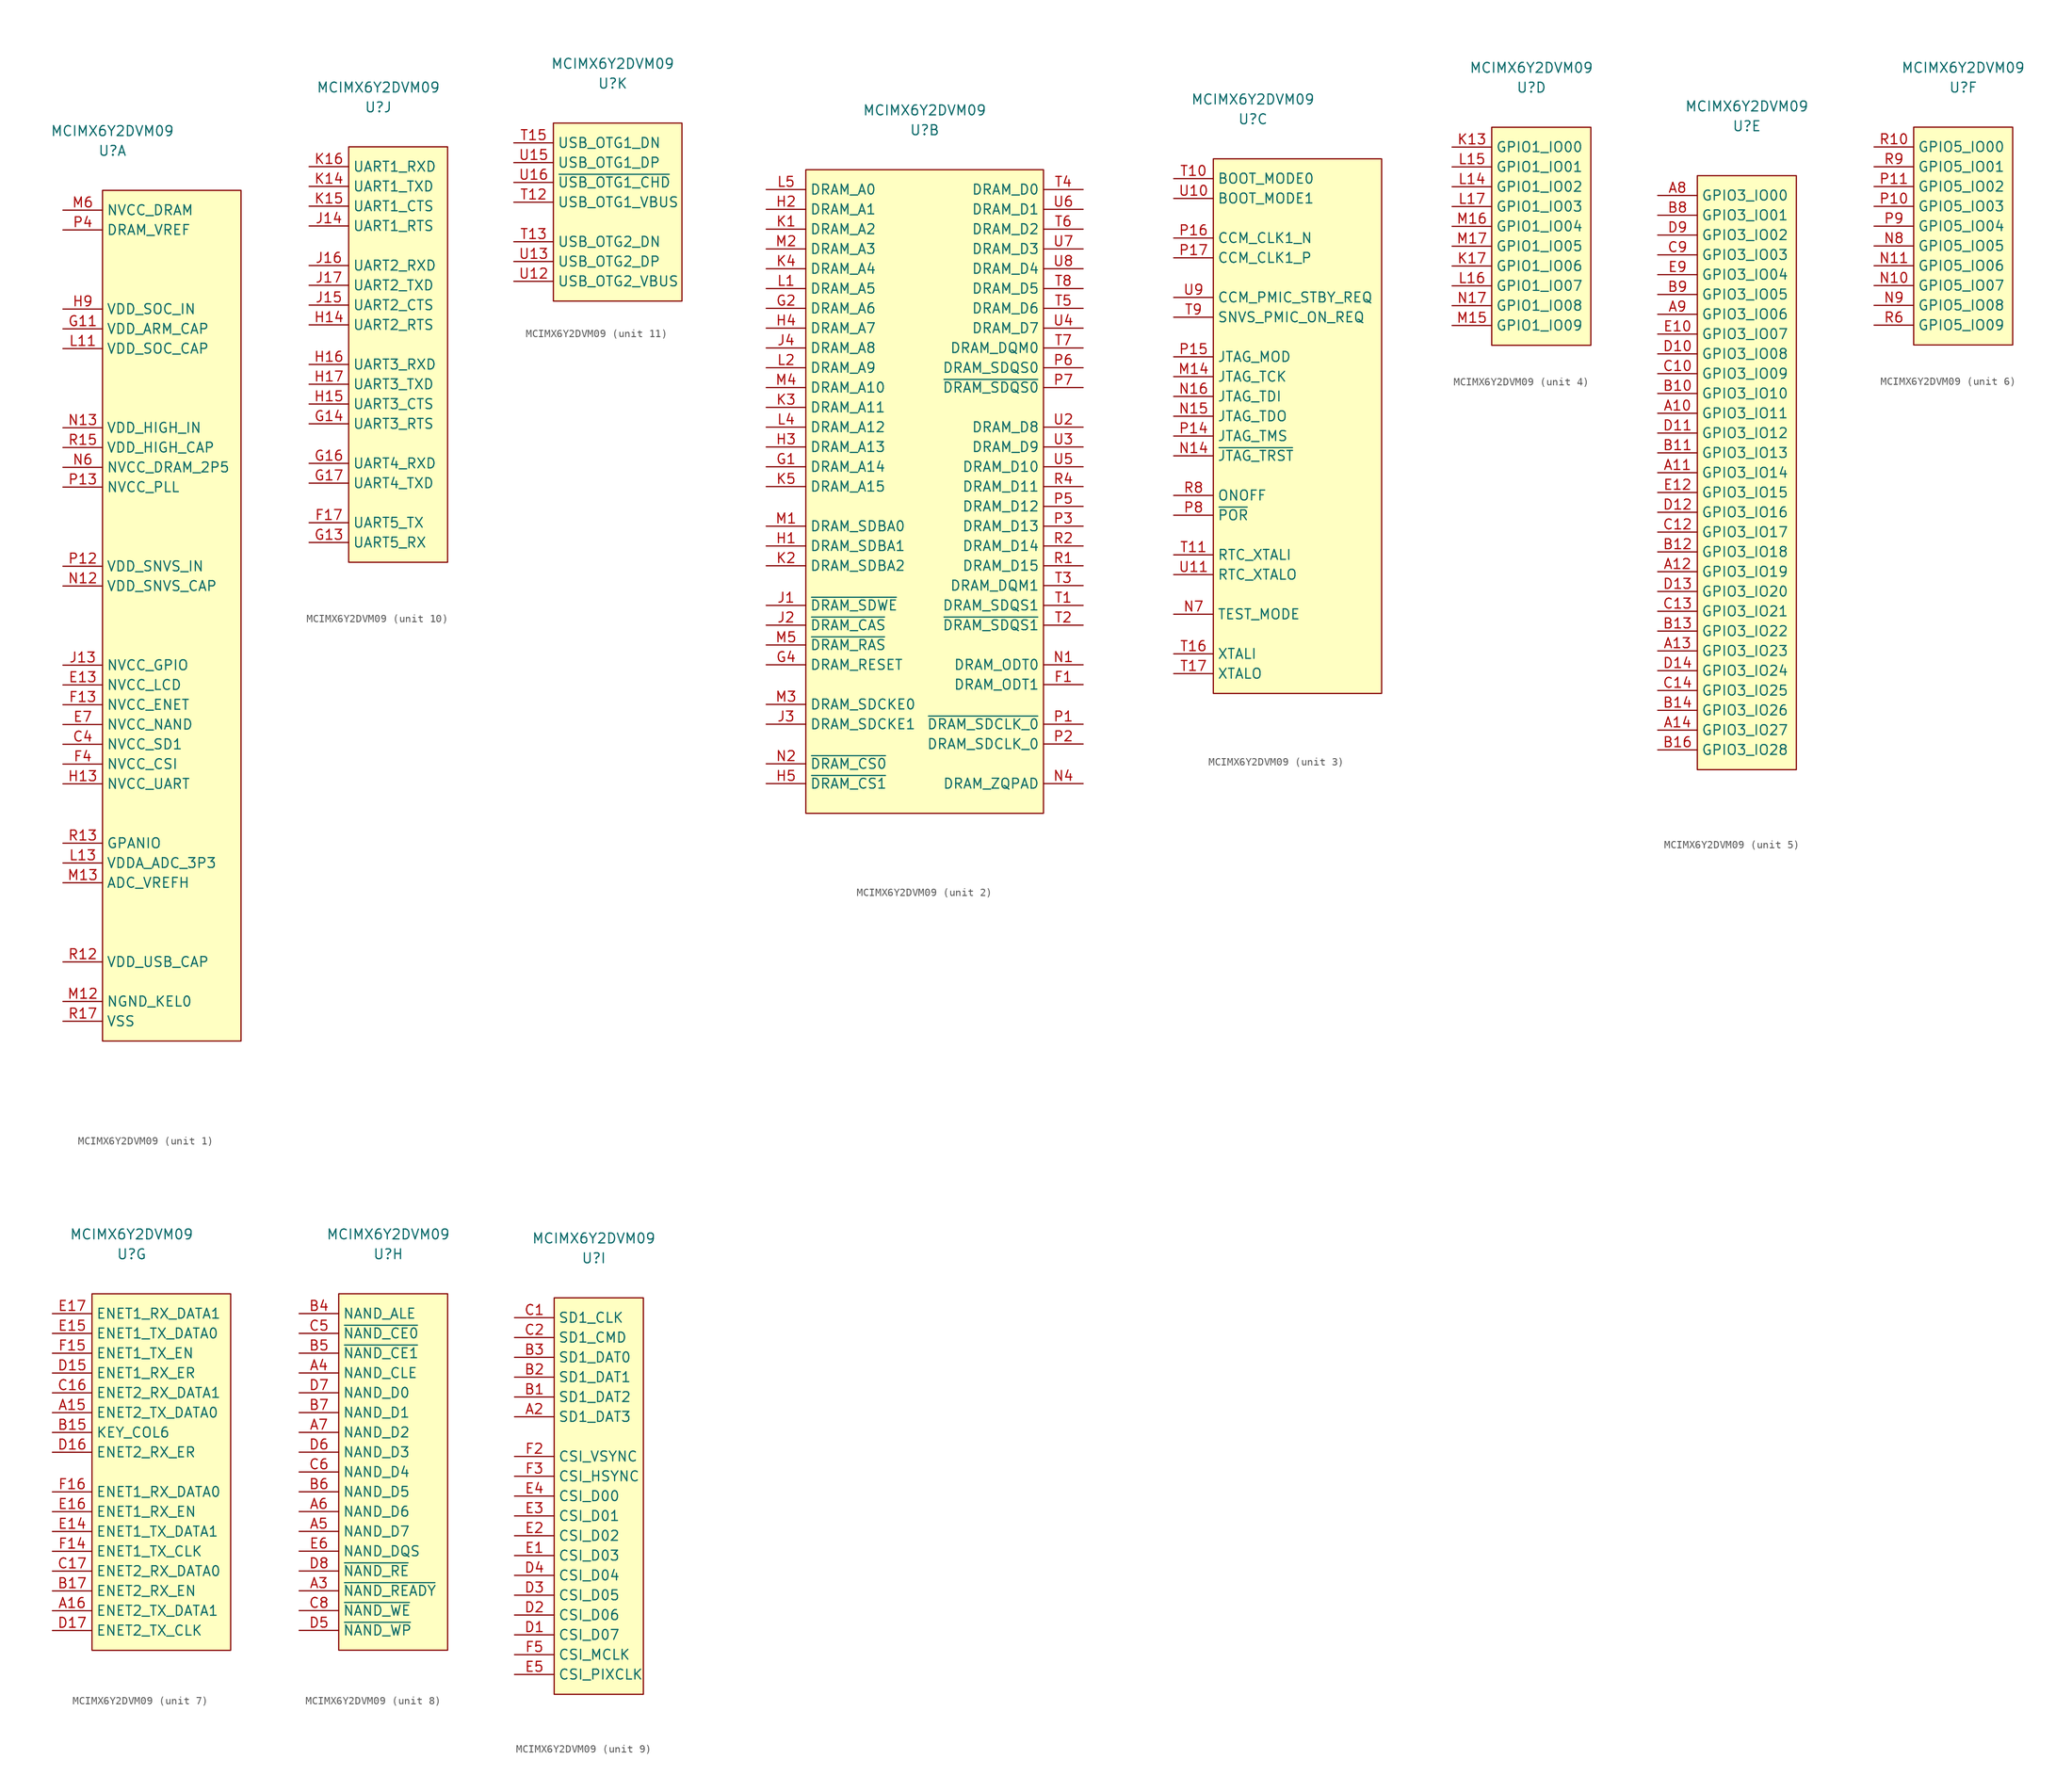
<source format=kicad_sym>
(kicad_symbol_lib
  (version 20220914)
  (generator kicad_symbol_editor)
  (symbol "MCIMX6Y2DVM09"
    (property "Reference" "U"
      (at 0 5.08 0)
      (effects (font (size 1.27 1.27))))
    (property "Value" "MCIMX6Y2DVM09"
      (at 0 7.62 0)
      (effects (font (size 1.27 1.27))))
    (property "ki_locked" ""
      (at 0 0 0)
      (effects (font (size 1.27 1.27))))
    (symbol "MCIMX6Y2DVM09_1_1"
      (rectangle (start -1.27 0) (end 16.51 -109.22) (stroke (width 0.152) (type default)) (fill (type background)))
      (pin passive line (at -6.35 -106.68 0) (length 5.08) hide (name "VSS" (effects (font (size 1.27 1.27)))) (number "A1" (effects (font (size 1.27 1.27)))))
      (pin passive line (at -6.35 -106.68 0) (length 5.08) hide (name "VSS" (effects (font (size 1.27 1.27)))) (number "A17" (effects (font (size 1.27 1.27)))))
      (pin passive line (at -6.35 -106.68 0) (length 5.08) hide (name "VSS" (effects (font (size 1.27 1.27)))) (number "C11" (effects (font (size 1.27 1.27)))))
      (pin passive line (at -6.35 -106.68 0) (length 5.08) hide (name "VSS" (effects (font (size 1.27 1.27)))) (number "C15" (effects (font (size 1.27 1.27)))))
      (pin passive line (at -6.35 -106.68 0) (length 5.08) hide (name "VSS" (effects (font (size 1.27 1.27)))) (number "C3" (effects (font (size 1.27 1.27)))))
      (pin passive line (at -6.35 -71.12 0) (length 5.08) (name "NVCC_SD1" (effects (font (size 1.27 1.27)))) (number "C4" (effects (font (size 1.27 1.27)))))
      (pin passive line (at -6.35 -106.68 0) (length 5.08) hide (name "VSS" (effects (font (size 1.27 1.27)))) (number "C7" (effects (font (size 1.27 1.27)))))
      (pin passive line (at -6.35 -106.68 0) (length 5.08) hide (name "VSS" (effects (font (size 1.27 1.27)))) (number "E11" (effects (font (size 1.27 1.27)))))
      (pin passive line (at -6.35 -63.5 0) (length 5.08) (name "NVCC_LCD" (effects (font (size 1.27 1.27)))) (number "E13" (effects (font (size 1.27 1.27)))))
      (pin passive line (at -6.35 -68.58 0) (length 5.08) (name "NVCC_NAND" (effects (font (size 1.27 1.27)))) (number "E7" (effects (font (size 1.27 1.27)))))
      (pin passive line (at -6.35 -106.68 0) (length 5.08) hide (name "VSS" (effects (font (size 1.27 1.27)))) (number "E8" (effects (font (size 1.27 1.27)))))
      (pin passive line (at -6.35 -106.68 0) (length 5.08) hide (name "VSS" (effects (font (size 1.27 1.27)))) (number "F10" (effects (font (size 1.27 1.27)))))
      (pin passive line (at -6.35 -106.68 0) (length 5.08) hide (name "VSS" (effects (font (size 1.27 1.27)))) (number "F11" (effects (font (size 1.27 1.27)))))
      (pin passive line (at -6.35 -106.68 0) (length 5.08) hide (name "VSS" (effects (font (size 1.27 1.27)))) (number "F12" (effects (font (size 1.27 1.27)))))
      (pin passive line (at -6.35 -66.04 0) (length 5.08) (name "NVCC_ENET" (effects (font (size 1.27 1.27)))) (number "F13" (effects (font (size 1.27 1.27)))))
      (pin passive line (at -6.35 -73.66 0) (length 5.08) (name "NVCC_CSI" (effects (font (size 1.27 1.27)))) (number "F4" (effects (font (size 1.27 1.27)))))
      (pin passive line (at -6.35 -106.68 0) (length 5.08) hide (name "VSS" (effects (font (size 1.27 1.27)))) (number "F6" (effects (font (size 1.27 1.27)))))
      (pin passive line (at -6.35 -106.68 0) (length 5.08) hide (name "VSS" (effects (font (size 1.27 1.27)))) (number "F7" (effects (font (size 1.27 1.27)))))
      (pin passive line (at -6.35 -106.68 0) (length 5.08) hide (name "VSS" (effects (font (size 1.27 1.27)))) (number "F8" (effects (font (size 1.27 1.27)))))
      (pin passive line (at -6.35 -106.68 0) (length 5.08) hide (name "VSS" (effects (font (size 1.27 1.27)))) (number "F9" (effects (font (size 1.27 1.27)))))
      (pin passive line (at -6.35 -17.78 0) (length 5.08) hide (name "VDD_ARM_CAP" (effects (font (size 1.27 1.27)))) (number "G10" (effects (font (size 1.27 1.27)))))
      (pin passive line (at -6.35 -17.78 0) (length 5.08) (name "VDD_ARM_CAP" (effects (font (size 1.27 1.27)))) (number "G11" (effects (font (size 1.27 1.27)))))
      (pin passive line (at -6.35 -106.68 0) (length 5.08) hide (name "VSS" (effects (font (size 1.27 1.27)))) (number "G12" (effects (font (size 1.27 1.27)))))
      (pin passive line (at -6.35 -106.68 0) (length 5.08) hide (name "VSS" (effects (font (size 1.27 1.27)))) (number "G15" (effects (font (size 1.27 1.27)))))
      (pin passive line (at -6.35 -106.68 0) (length 5.08) hide (name "VSS" (effects (font (size 1.27 1.27)))) (number "G3" (effects (font (size 1.27 1.27)))))
      (pin passive line (at -6.35 -106.68 0) (length 5.08) hide (name "VSS" (effects (font (size 1.27 1.27)))) (number "G5" (effects (font (size 1.27 1.27)))))
      (pin passive line (at -6.35 -2.54 0) (length 5.08) hide (name "NVCC_DRAM" (effects (font (size 1.27 1.27)))) (number "G6" (effects (font (size 1.27 1.27)))))
      (pin passive line (at -6.35 -106.68 0) (length 5.08) hide (name "VSS" (effects (font (size 1.27 1.27)))) (number "G7" (effects (font (size 1.27 1.27)))))
      (pin passive line (at -6.35 -20.32 0) (length 5.08) hide (name "VDD_SOC_CAP" (effects (font (size 1.27 1.27)))) (number "G8" (effects (font (size 1.27 1.27)))))
      (pin passive line (at -6.35 -17.78 0) (length 5.08) hide (name "VDD_ARM_CAP" (effects (font (size 1.27 1.27)))) (number "G9" (effects (font (size 1.27 1.27)))))
      (pin passive line (at -6.35 -15.24 0) (length 5.08) hide (name "VDD_SOC_IN" (effects (font (size 1.27 1.27)))) (number "H10" (effects (font (size 1.27 1.27)))))
      (pin passive line (at -6.35 -17.78 0) (length 5.08) hide (name "VDD_ARM_CAP" (effects (font (size 1.27 1.27)))) (number "H11" (effects (font (size 1.27 1.27)))))
      (pin passive line (at -6.35 -106.68 0) (length 5.08) hide (name "VSS" (effects (font (size 1.27 1.27)))) (number "H12" (effects (font (size 1.27 1.27)))))
      (pin passive line (at -6.35 -76.2 0) (length 5.08) (name "NVCC_UART" (effects (font (size 1.27 1.27)))) (number "H13" (effects (font (size 1.27 1.27)))))
      (pin passive line (at -6.35 -2.54 0) (length 5.08) hide (name "NVCC_DRAM" (effects (font (size 1.27 1.27)))) (number "H6" (effects (font (size 1.27 1.27)))))
      (pin passive line (at -6.35 -106.68 0) (length 5.08) hide (name "VSS" (effects (font (size 1.27 1.27)))) (number "H7" (effects (font (size 1.27 1.27)))))
      (pin passive line (at -6.35 -20.32 0) (length 5.08) hide (name "VDD_SOC_CAP" (effects (font (size 1.27 1.27)))) (number "H8" (effects (font (size 1.27 1.27)))))
      (pin passive line (at -6.35 -15.24 0) (length 5.08) (name "VDD_SOC_IN" (effects (font (size 1.27 1.27)))) (number "H9" (effects (font (size 1.27 1.27)))))
      (pin passive line (at -6.35 -15.24 0) (length 5.08) hide (name "VDD_SOC_IN" (effects (font (size 1.27 1.27)))) (number "J10" (effects (font (size 1.27 1.27)))))
      (pin passive line (at -6.35 -20.32 0) (length 5.08) hide (name "VDD_SOC_CAP" (effects (font (size 1.27 1.27)))) (number "J11" (effects (font (size 1.27 1.27)))))
      (pin passive line (at -6.35 -106.68 0) (length 5.08) hide (name "VSS" (effects (font (size 1.27 1.27)))) (number "J12" (effects (font (size 1.27 1.27)))))
      (pin passive line (at -6.35 -60.96 0) (length 5.08) (name "NVCC_GPIO" (effects (font (size 1.27 1.27)))) (number "J13" (effects (font (size 1.27 1.27)))))
      (pin passive line (at -6.35 -106.68 0) (length 5.08) hide (name "VSS" (effects (font (size 1.27 1.27)))) (number "J5" (effects (font (size 1.27 1.27)))))
      (pin passive line (at -6.35 -2.54 0) (length 5.08) hide (name "NVCC_DRAM" (effects (font (size 1.27 1.27)))) (number "J6" (effects (font (size 1.27 1.27)))))
      (pin passive line (at -6.35 -106.68 0) (length 5.08) hide (name "VSS" (effects (font (size 1.27 1.27)))) (number "J7" (effects (font (size 1.27 1.27)))))
      (pin passive line (at -6.35 -20.32 0) (length 5.08) hide (name "VDD_SOC_CAP" (effects (font (size 1.27 1.27)))) (number "J8" (effects (font (size 1.27 1.27)))))
      (pin passive line (at -6.35 -15.24 0) (length 5.08) hide (name "VDD_SOC_IN" (effects (font (size 1.27 1.27)))) (number "J9" (effects (font (size 1.27 1.27)))))
      (pin passive line (at -6.35 -15.24 0) (length 5.08) hide (name "VDD_SOC_IN" (effects (font (size 1.27 1.27)))) (number "K10" (effects (font (size 1.27 1.27)))))
      (pin passive line (at -6.35 -20.32 0) (length 5.08) hide (name "VDD_SOC_CAP" (effects (font (size 1.27 1.27)))) (number "K11" (effects (font (size 1.27 1.27)))))
      (pin passive line (at -6.35 -106.68 0) (length 5.08) hide (name "VSS" (effects (font (size 1.27 1.27)))) (number "K12" (effects (font (size 1.27 1.27)))))
      (pin passive line (at -6.35 -2.54 0) (length 5.08) hide (name "NVCC_DRAM" (effects (font (size 1.27 1.27)))) (number "K6" (effects (font (size 1.27 1.27)))))
      (pin passive line (at -6.35 -106.68 0) (length 5.08) hide (name "VSS" (effects (font (size 1.27 1.27)))) (number "K7" (effects (font (size 1.27 1.27)))))
      (pin passive line (at -6.35 -20.32 0) (length 5.08) hide (name "VDD_SOC_CAP" (effects (font (size 1.27 1.27)))) (number "K8" (effects (font (size 1.27 1.27)))))
      (pin passive line (at -6.35 -15.24 0) (length 5.08) hide (name "VDD_SOC_IN" (effects (font (size 1.27 1.27)))) (number "K9" (effects (font (size 1.27 1.27)))))
      (pin passive line (at -6.35 -20.32 0) (length 5.08) hide (name "VDD_SOC_CAP" (effects (font (size 1.27 1.27)))) (number "L10" (effects (font (size 1.27 1.27)))))
      (pin passive line (at -6.35 -20.32 0) (length 5.08) (name "VDD_SOC_CAP" (effects (font (size 1.27 1.27)))) (number "L11" (effects (font (size 1.27 1.27)))))
      (pin passive line (at -6.35 -106.68 0) (length 5.08) hide (name "VSS" (effects (font (size 1.27 1.27)))) (number "L12" (effects (font (size 1.27 1.27)))))
      (pin passive line (at -6.35 -86.36 0) (length 5.08) (name "VDDA_ADC_3P3" (effects (font (size 1.27 1.27)))) (number "L13" (effects (font (size 1.27 1.27)))))
      (pin passive line (at -6.35 -106.68 0) (length 5.08) hide (name "VSS" (effects (font (size 1.27 1.27)))) (number "L3" (effects (font (size 1.27 1.27)))))
      (pin passive line (at -6.35 -2.54 0) (length 5.08) hide (name "NVCC_DRAM" (effects (font (size 1.27 1.27)))) (number "L6" (effects (font (size 1.27 1.27)))))
      (pin passive line (at -6.35 -106.68 0) (length 5.08) hide (name "VSS" (effects (font (size 1.27 1.27)))) (number "L7" (effects (font (size 1.27 1.27)))))
      (pin passive line (at -6.35 -20.32 0) (length 5.08) hide (name "VDD_SOC_CAP" (effects (font (size 1.27 1.27)))) (number "L8" (effects (font (size 1.27 1.27)))))
      (pin passive line (at -6.35 -20.32 0) (length 5.08) hide (name "VDD_SOC_CAP" (effects (font (size 1.27 1.27)))) (number "L9" (effects (font (size 1.27 1.27)))))
      (pin passive line (at -6.35 -106.68 0) (length 5.08) hide (name "VSS" (effects (font (size 1.27 1.27)))) (number "M10" (effects (font (size 1.27 1.27)))))
      (pin passive line (at -6.35 -106.68 0) (length 5.08) hide (name "VSS" (effects (font (size 1.27 1.27)))) (number "M11" (effects (font (size 1.27 1.27)))))
      (pin passive line (at -6.35 -104.14 0) (length 5.08) (name "NGND_KEL0" (effects (font (size 1.27 1.27)))) (number "M12" (effects (font (size 1.27 1.27)))))
      (pin passive line (at -6.35 -88.9 0) (length 5.08) (name "ADC_VREFH" (effects (font (size 1.27 1.27)))) (number "M13" (effects (font (size 1.27 1.27)))))
      (pin passive line (at -6.35 -2.54 0) (length 5.08) (name "NVCC_DRAM" (effects (font (size 1.27 1.27)))) (number "M6" (effects (font (size 1.27 1.27)))))
      (pin passive line (at -6.35 -106.68 0) (length 5.08) hide (name "VSS" (effects (font (size 1.27 1.27)))) (number "M7" (effects (font (size 1.27 1.27)))))
      (pin passive line (at -6.35 -106.68 0) (length 5.08) hide (name "VSS" (effects (font (size 1.27 1.27)))) (number "M8" (effects (font (size 1.27 1.27)))))
      (pin passive line (at -6.35 -106.68 0) (length 5.08) hide (name "VSS" (effects (font (size 1.27 1.27)))) (number "M9" (effects (font (size 1.27 1.27)))))
      (pin passive line (at -6.35 -50.8 0) (length 5.08) (name "VDD_SNVS_CAP" (effects (font (size 1.27 1.27)))) (number "N12" (effects (font (size 1.27 1.27)))))
      (pin passive line (at -6.35 -30.48 0) (length 5.08) (name "VDD_HIGH_IN" (effects (font (size 1.27 1.27)))) (number "N13" (effects (font (size 1.27 1.27)))))
      (pin passive line (at -6.35 -106.68 0) (length 5.08) hide (name "VSS" (effects (font (size 1.27 1.27)))) (number "N3" (effects (font (size 1.27 1.27)))))
      (pin passive line (at -6.35 -106.68 0) (length 5.08) hide (name "VSS" (effects (font (size 1.27 1.27)))) (number "N5" (effects (font (size 1.27 1.27)))))
      (pin passive line (at -6.35 -35.56 0) (length 5.08) (name "NVCC_DRAM_2P5" (effects (font (size 1.27 1.27)))) (number "N6" (effects (font (size 1.27 1.27)))))
      (pin passive line (at -6.35 -48.26 0) (length 5.08) (name "VDD_SNVS_IN" (effects (font (size 1.27 1.27)))) (number "P12" (effects (font (size 1.27 1.27)))))
      (pin passive line (at -6.35 -38.1 0) (length 5.08) (name "NVCC_PLL" (effects (font (size 1.27 1.27)))) (number "P13" (effects (font (size 1.27 1.27)))))
      (pin passive line (at -6.35 -5.08 0) (length 5.08) (name "DRAM_VREF" (effects (font (size 1.27 1.27)))) (number "P4" (effects (font (size 1.27 1.27)))))
      (pin passive line (at -6.35 -106.68 0) (length 5.08) hide (name "VSS" (effects (font (size 1.27 1.27)))) (number "R11" (effects (font (size 1.27 1.27)))))
      (pin passive line (at -6.35 -99.06 0) (length 5.08) (name "VDD_USB_CAP" (effects (font (size 1.27 1.27)))) (number "R12" (effects (font (size 1.27 1.27)))))
      (pin passive line (at -6.35 -83.82 0) (length 5.08) (name "GPANIO" (effects (font (size 1.27 1.27)))) (number "R13" (effects (font (size 1.27 1.27)))))
      (pin passive line (at -6.35 -33.02 0) (length 5.08) hide (name "VDD_HIGH_CAP" (effects (font (size 1.27 1.27)))) (number "R14" (effects (font (size 1.27 1.27)))))
      (pin passive line (at -6.35 -33.02 0) (length 5.08) (name "VDD_HIGH_CAP" (effects (font (size 1.27 1.27)))) (number "R15" (effects (font (size 1.27 1.27)))))
      (pin passive line (at -6.35 -106.68 0) (length 5.08) hide (name "VSS" (effects (font (size 1.27 1.27)))) (number "R16" (effects (font (size 1.27 1.27)))))
      (pin passive line (at -6.35 -106.68 0) (length 5.08) (name "VSS" (effects (font (size 1.27 1.27)))) (number "R17" (effects (font (size 1.27 1.27)))))
      (pin passive line (at -6.35 -106.68 0) (length 5.08) hide (name "VSS" (effects (font (size 1.27 1.27)))) (number "R3" (effects (font (size 1.27 1.27)))))
      (pin passive line (at -6.35 -106.68 0) (length 5.08) hide (name "VSS" (effects (font (size 1.27 1.27)))) (number "R5" (effects (font (size 1.27 1.27)))))
      (pin passive line (at -6.35 -106.68 0) (length 5.08) hide (name "VSS" (effects (font (size 1.27 1.27)))) (number "R7" (effects (font (size 1.27 1.27)))))
      (pin passive line (at -6.35 -106.68 0) (length 5.08) hide (name "VSS" (effects (font (size 1.27 1.27)))) (number "T14" (effects (font (size 1.27 1.27)))))
      (pin passive line (at -6.35 -106.68 0) (length 5.08) hide (name "VSS" (effects (font (size 1.27 1.27)))) (number "U1" (effects (font (size 1.27 1.27)))))
      (pin passive line (at -6.35 -106.68 0) (length 5.08) hide (name "VSS" (effects (font (size 1.27 1.27)))) (number "U14" (effects (font (size 1.27 1.27)))))
      (pin passive line (at -6.35 -106.68 0) (length 5.08) hide (name "VSS" (effects (font (size 1.27 1.27)))) (number "U17" (effects (font (size 1.27 1.27))))))
    (symbol "MCIMX6Y2DVM09_2_1"
      (rectangle (start -15.24 0) (end 15.24 -82.55) (stroke (width 0.152) (type default)) (fill (type background)))
      (pin passive line (at 20.32 -66.04 180) (length 5.08) (name "DRAM_ODT1" (effects (font (size 1.27 1.27)))) (number "F1" (effects (font (size 1.27 1.27)))))
      (pin passive line (at -20.32 -38.1 0) (length 5.08) (name "DRAM_A14" (effects (font (size 1.27 1.27)))) (number "G1" (effects (font (size 1.27 1.27)))))
      (pin passive line (at -20.32 -17.78 0) (length 5.08) (name "DRAM_A6" (effects (font (size 1.27 1.27)))) (number "G2" (effects (font (size 1.27 1.27)))))
      (pin passive line (at -20.32 -63.5 0) (length 5.08) (name "DRAM_RESET" (effects (font (size 1.27 1.27)))) (number "G4" (effects (font (size 1.27 1.27)))))
      (pin passive line (at -20.32 -48.26 0) (length 5.08) (name "DRAM_SDBA1" (effects (font (size 1.27 1.27)))) (number "H1" (effects (font (size 1.27 1.27)))))
      (pin passive line (at -20.32 -5.08 0) (length 5.08) (name "DRAM_A1" (effects (font (size 1.27 1.27)))) (number "H2" (effects (font (size 1.27 1.27)))))
      (pin passive line (at -20.32 -35.56 0) (length 5.08) (name "DRAM_A13" (effects (font (size 1.27 1.27)))) (number "H3" (effects (font (size 1.27 1.27)))))
      (pin passive line (at -20.32 -20.32 0) (length 5.08) (name "DRAM_A7" (effects (font (size 1.27 1.27)))) (number "H4" (effects (font (size 1.27 1.27)))))
      (pin passive line (at -20.32 -78.74 0) (length 5.08) (name "~{DRAM_CS1}" (effects (font (size 1.27 1.27)))) (number "H5" (effects (font (size 1.27 1.27)))))
      (pin passive line (at -20.32 -55.88 0) (length 5.08) (name "~{DRAM_SDWE}" (effects (font (size 1.27 1.27)))) (number "J1" (effects (font (size 1.27 1.27)))))
      (pin passive line (at -20.32 -58.42 0) (length 5.08) (name "~{DRAM_CAS}" (effects (font (size 1.27 1.27)))) (number "J2" (effects (font (size 1.27 1.27)))))
      (pin passive line (at -20.32 -71.12 0) (length 5.08) (name "DRAM_SDCKE1" (effects (font (size 1.27 1.27)))) (number "J3" (effects (font (size 1.27 1.27)))))
      (pin passive line (at -20.32 -22.86 0) (length 5.08) (name "DRAM_A8" (effects (font (size 1.27 1.27)))) (number "J4" (effects (font (size 1.27 1.27)))))
      (pin passive line (at -20.32 -7.62 0) (length 5.08) (name "DRAM_A2" (effects (font (size 1.27 1.27)))) (number "K1" (effects (font (size 1.27 1.27)))))
      (pin passive line (at -20.32 -50.8 0) (length 5.08) (name "DRAM_SDBA2" (effects (font (size 1.27 1.27)))) (number "K2" (effects (font (size 1.27 1.27)))))
      (pin passive line (at -20.32 -30.48 0) (length 5.08) (name "DRAM_A11" (effects (font (size 1.27 1.27)))) (number "K3" (effects (font (size 1.27 1.27)))))
      (pin passive line (at -20.32 -12.7 0) (length 5.08) (name "DRAM_A4" (effects (font (size 1.27 1.27)))) (number "K4" (effects (font (size 1.27 1.27)))))
      (pin passive line (at -20.32 -40.64 0) (length 5.08) (name "DRAM_A15" (effects (font (size 1.27 1.27)))) (number "K5" (effects (font (size 1.27 1.27)))))
      (pin passive line (at -20.32 -15.24 0) (length 5.08) (name "DRAM_A5" (effects (font (size 1.27 1.27)))) (number "L1" (effects (font (size 1.27 1.27)))))
      (pin passive line (at -20.32 -25.4 0) (length 5.08) (name "DRAM_A9" (effects (font (size 1.27 1.27)))) (number "L2" (effects (font (size 1.27 1.27)))))
      (pin passive line (at -20.32 -33.02 0) (length 5.08) (name "DRAM_A12" (effects (font (size 1.27 1.27)))) (number "L4" (effects (font (size 1.27 1.27)))))
      (pin passive line (at -20.32 -2.54 0) (length 5.08) (name "DRAM_A0" (effects (font (size 1.27 1.27)))) (number "L5" (effects (font (size 1.27 1.27)))))
      (pin passive line (at -20.32 -45.72 0) (length 5.08) (name "DRAM_SDBA0" (effects (font (size 1.27 1.27)))) (number "M1" (effects (font (size 1.27 1.27)))))
      (pin passive line (at -20.32 -10.16 0) (length 5.08) (name "DRAM_A3" (effects (font (size 1.27 1.27)))) (number "M2" (effects (font (size 1.27 1.27)))))
      (pin passive line (at -20.32 -68.58 0) (length 5.08) (name "DRAM_SDCKE0" (effects (font (size 1.27 1.27)))) (number "M3" (effects (font (size 1.27 1.27)))))
      (pin passive line (at -20.32 -27.94 0) (length 5.08) (name "DRAM_A10" (effects (font (size 1.27 1.27)))) (number "M4" (effects (font (size 1.27 1.27)))))
      (pin passive line (at -20.32 -60.96 0) (length 5.08) (name "~{DRAM_RAS}" (effects (font (size 1.27 1.27)))) (number "M5" (effects (font (size 1.27 1.27)))))
      (pin passive line (at 20.32 -63.5 180) (length 5.08) (name "DRAM_ODT0" (effects (font (size 1.27 1.27)))) (number "N1" (effects (font (size 1.27 1.27)))))
      (pin passive line (at -20.32 -76.2 0) (length 5.08) (name "~{DRAM_CS0}" (effects (font (size 1.27 1.27)))) (number "N2" (effects (font (size 1.27 1.27)))))
      (pin passive line (at 20.32 -78.74 180) (length 5.08) (name "DRAM_ZQPAD" (effects (font (size 1.27 1.27)))) (number "N4" (effects (font (size 1.27 1.27)))))
      (pin passive line (at 20.32 -71.12 180) (length 5.08) (name "~{DRAM_SDCLK_0}" (effects (font (size 1.27 1.27)))) (number "P1" (effects (font (size 1.27 1.27)))))
      (pin passive line (at 20.32 -73.66 180) (length 5.08) (name "DRAM_SDCLK_0" (effects (font (size 1.27 1.27)))) (number "P2" (effects (font (size 1.27 1.27)))))
      (pin passive line (at 20.32 -45.72 180) (length 5.08) (name "DRAM_D13" (effects (font (size 1.27 1.27)))) (number "P3" (effects (font (size 1.27 1.27)))))
      (pin passive line (at 20.32 -43.18 180) (length 5.08) (name "DRAM_D12" (effects (font (size 1.27 1.27)))) (number "P5" (effects (font (size 1.27 1.27)))))
      (pin passive line (at 20.32 -25.4 180) (length 5.08) (name "DRAM_SDQS0" (effects (font (size 1.27 1.27)))) (number "P6" (effects (font (size 1.27 1.27)))))
      (pin passive line (at 20.32 -27.94 180) (length 5.08) (name "~{DRAM_SDQS0}" (effects (font (size 1.27 1.27)))) (number "P7" (effects (font (size 1.27 1.27)))))
      (pin passive line (at 20.32 -50.8 180) (length 5.08) (name "DRAM_D15" (effects (font (size 1.27 1.27)))) (number "R1" (effects (font (size 1.27 1.27)))))
      (pin passive line (at 20.32 -48.26 180) (length 5.08) (name "DRAM_D14" (effects (font (size 1.27 1.27)))) (number "R2" (effects (font (size 1.27 1.27)))))
      (pin passive line (at 20.32 -40.64 180) (length 5.08) (name "DRAM_D11" (effects (font (size 1.27 1.27)))) (number "R4" (effects (font (size 1.27 1.27)))))
      (pin passive line (at 20.32 -55.88 180) (length 5.08) (name "DRAM_SDQS1" (effects (font (size 1.27 1.27)))) (number "T1" (effects (font (size 1.27 1.27)))))
      (pin passive line (at 20.32 -58.42 180) (length 5.08) (name "~{DRAM_SDQS1}" (effects (font (size 1.27 1.27)))) (number "T2" (effects (font (size 1.27 1.27)))))
      (pin passive line (at 20.32 -53.34 180) (length 5.08) (name "DRAM_DQM1" (effects (font (size 1.27 1.27)))) (number "T3" (effects (font (size 1.27 1.27)))))
      (pin passive line (at 20.32 -2.54 180) (length 5.08) (name "DRAM_D0" (effects (font (size 1.27 1.27)))) (number "T4" (effects (font (size 1.27 1.27)))))
      (pin passive line (at 20.32 -17.78 180) (length 5.08) (name "DRAM_D6" (effects (font (size 1.27 1.27)))) (number "T5" (effects (font (size 1.27 1.27)))))
      (pin passive line (at 20.32 -7.62 180) (length 5.08) (name "DRAM_D2" (effects (font (size 1.27 1.27)))) (number "T6" (effects (font (size 1.27 1.27)))))
      (pin passive line (at 20.32 -22.86 180) (length 5.08) (name "DRAM_DQM0" (effects (font (size 1.27 1.27)))) (number "T7" (effects (font (size 1.27 1.27)))))
      (pin passive line (at 20.32 -15.24 180) (length 5.08) (name "DRAM_D5" (effects (font (size 1.27 1.27)))) (number "T8" (effects (font (size 1.27 1.27)))))
      (pin passive line (at 20.32 -33.02 180) (length 5.08) (name "DRAM_D8" (effects (font (size 1.27 1.27)))) (number "U2" (effects (font (size 1.27 1.27)))))
      (pin passive line (at 20.32 -35.56 180) (length 5.08) (name "DRAM_D9" (effects (font (size 1.27 1.27)))) (number "U3" (effects (font (size 1.27 1.27)))))
      (pin passive line (at 20.32 -20.32 180) (length 5.08) (name "DRAM_D7" (effects (font (size 1.27 1.27)))) (number "U4" (effects (font (size 1.27 1.27)))))
      (pin passive line (at 20.32 -38.1 180) (length 5.08) (name "DRAM_D10" (effects (font (size 1.27 1.27)))) (number "U5" (effects (font (size 1.27 1.27)))))
      (pin passive line (at 20.32 -5.08 180) (length 5.08) (name "DRAM_D1" (effects (font (size 1.27 1.27)))) (number "U6" (effects (font (size 1.27 1.27)))))
      (pin passive line (at 20.32 -10.16 180) (length 5.08) (name "DRAM_D3" (effects (font (size 1.27 1.27)))) (number "U7" (effects (font (size 1.27 1.27)))))
      (pin passive line (at 20.32 -12.7 180) (length 5.08) (name "DRAM_D4" (effects (font (size 1.27 1.27)))) (number "U8" (effects (font (size 1.27 1.27))))))
    (symbol "MCIMX6Y2DVM09_3_1"
      (rectangle (start -5.08 0) (end 16.51 -68.58) (stroke (width 0.152) (type default)) (fill (type background)))
      (pin passive line (at -10.16 -27.94 0) (length 5.08) (name "JTAG_TCK" (effects (font (size 1.27 1.27)))) (number "M14" (effects (font (size 1.27 1.27)))))
      (pin passive line (at -10.16 -38.1 0) (length 5.08) (name "~{JTAG_TRST}" (effects (font (size 1.27 1.27)))) (number "N14" (effects (font (size 1.27 1.27)))))
      (pin passive line (at -10.16 -33.02 0) (length 5.08) (name "JTAG_TDO" (effects (font (size 1.27 1.27)))) (number "N15" (effects (font (size 1.27 1.27)))))
      (pin passive line (at -10.16 -30.48 0) (length 5.08) (name "JTAG_TDI" (effects (font (size 1.27 1.27)))) (number "N16" (effects (font (size 1.27 1.27)))))
      (pin passive line (at -10.16 -58.42 0) (length 5.08) (name "TEST_MODE" (effects (font (size 1.27 1.27)))) (number "N7" (effects (font (size 1.27 1.27)))))
      (pin passive line (at -10.16 -35.56 0) (length 5.08) (name "JTAG_TMS" (effects (font (size 1.27 1.27)))) (number "P14" (effects (font (size 1.27 1.27)))))
      (pin passive line (at -10.16 -25.4 0) (length 5.08) (name "JTAG_MOD" (effects (font (size 1.27 1.27)))) (number "P15" (effects (font (size 1.27 1.27)))))
      (pin passive line (at -10.16 -10.16 0) (length 5.08) (name "CCM_CLK1_N" (effects (font (size 1.27 1.27)))) (number "P16" (effects (font (size 1.27 1.27)))))
      (pin passive line (at -10.16 -12.7 0) (length 5.08) (name "CCM_CLK1_P" (effects (font (size 1.27 1.27)))) (number "P17" (effects (font (size 1.27 1.27)))))
      (pin passive line (at -10.16 -45.72 0) (length 5.08) (name "~{POR}" (effects (font (size 1.27 1.27)))) (number "P8" (effects (font (size 1.27 1.27)))))
      (pin passive line (at -10.16 -43.18 0) (length 5.08) (name "ONOFF" (effects (font (size 1.27 1.27)))) (number "R8" (effects (font (size 1.27 1.27)))))
      (pin passive line (at -10.16 -2.54 0) (length 5.08) (name "BOOT_MODE0" (effects (font (size 1.27 1.27)))) (number "T10" (effects (font (size 1.27 1.27)))))
      (pin passive line (at -10.16 -50.8 0) (length 5.08) (name "RTC_XTALI" (effects (font (size 1.27 1.27)))) (number "T11" (effects (font (size 1.27 1.27)))))
      (pin passive line (at -10.16 -63.5 0) (length 5.08) (name "XTALI" (effects (font (size 1.27 1.27)))) (number "T16" (effects (font (size 1.27 1.27)))))
      (pin passive line (at -10.16 -66.04 0) (length 5.08) (name "XTALO" (effects (font (size 1.27 1.27)))) (number "T17" (effects (font (size 1.27 1.27)))))
      (pin passive line (at -10.16 -20.32 0) (length 5.08) (name "SNVS_PMIC_ON_REQ" (effects (font (size 1.27 1.27)))) (number "T9" (effects (font (size 1.27 1.27)))))
      (pin passive line (at -10.16 -5.08 0) (length 5.08) (name "BOOT_MODE1" (effects (font (size 1.27 1.27)))) (number "U10" (effects (font (size 1.27 1.27)))))
      (pin passive line (at -10.16 -53.34 0) (length 5.08) (name "RTC_XTALO" (effects (font (size 1.27 1.27)))) (number "U11" (effects (font (size 1.27 1.27)))))
      (pin passive line (at -10.16 -17.78 0) (length 5.08) (name "CCM_PMIC_STBY_REQ" (effects (font (size 1.27 1.27)))) (number "U9" (effects (font (size 1.27 1.27))))))
    (symbol "MCIMX6Y2DVM09_4_1"
      (rectangle (start -5.08 0) (end 7.62 -27.94) (stroke (width 0.152) (type default)) (fill (type background)))
      (pin passive line (at -10.16 -2.54 0) (length 5.08) (name "GPIO1_IO00" (effects (font (size 1.27 1.27)))) (number "K13" (effects (font (size 1.27 1.27)))))
      (pin passive line (at -10.16 -17.78 0) (length 5.08) (name "GPIO1_IO06" (effects (font (size 1.27 1.27)))) (number "K17" (effects (font (size 1.27 1.27)))))
      (pin passive line (at -10.16 -7.62 0) (length 5.08) (name "GPIO1_IO02" (effects (font (size 1.27 1.27)))) (number "L14" (effects (font (size 1.27 1.27)))))
      (pin passive line (at -10.16 -5.08 0) (length 5.08) (name "GPIO1_IO01" (effects (font (size 1.27 1.27)))) (number "L15" (effects (font (size 1.27 1.27)))))
      (pin passive line (at -10.16 -20.32 0) (length 5.08) (name "GPIO1_IO07" (effects (font (size 1.27 1.27)))) (number "L16" (effects (font (size 1.27 1.27)))))
      (pin passive line (at -10.16 -10.16 0) (length 5.08) (name "GPIO1_IO03" (effects (font (size 1.27 1.27)))) (number "L17" (effects (font (size 1.27 1.27)))))
      (pin passive line (at -10.16 -25.4 0) (length 5.08) (name "GPIO1_IO09" (effects (font (size 1.27 1.27)))) (number "M15" (effects (font (size 1.27 1.27)))))
      (pin passive line (at -10.16 -12.7 0) (length 5.08) (name "GPIO1_IO04" (effects (font (size 1.27 1.27)))) (number "M16" (effects (font (size 1.27 1.27)))))
      (pin passive line (at -10.16 -15.24 0) (length 5.08) (name "GPIO1_IO05" (effects (font (size 1.27 1.27)))) (number "M17" (effects (font (size 1.27 1.27)))))
      (pin passive line (at -10.16 -22.86 0) (length 5.08) (name "GPIO1_IO08" (effects (font (size 1.27 1.27)))) (number "N17" (effects (font (size 1.27 1.27))))))
    (symbol "MCIMX6Y2DVM09_5_1"
      (rectangle (start -6.35 -1.27) (end 6.35 -77.47) (stroke (width 0.152) (type default)) (fill (type background)))
      (pin passive line (at -11.43 -31.75 0) (length 5.08) (name "GPIO3_IO11" (effects (font (size 1.27 1.27)))) (number "A10" (effects (font (size 1.27 1.27)))))
      (pin passive line (at -11.43 -39.37 0) (length 5.08) (name "GPIO3_IO14" (effects (font (size 1.27 1.27)))) (number "A11" (effects (font (size 1.27 1.27)))))
      (pin passive line (at -11.43 -52.07 0) (length 5.08) (name "GPIO3_IO19" (effects (font (size 1.27 1.27)))) (number "A12" (effects (font (size 1.27 1.27)))))
      (pin passive line (at -11.43 -62.23 0) (length 5.08) (name "GPIO3_IO23" (effects (font (size 1.27 1.27)))) (number "A13" (effects (font (size 1.27 1.27)))))
      (pin passive line (at -11.43 -72.39 0) (length 5.08) (name "GPIO3_IO27" (effects (font (size 1.27 1.27)))) (number "A14" (effects (font (size 1.27 1.27)))))
      (pin passive line (at -11.43 -3.81 0) (length 5.08) (name "GPIO3_IO00" (effects (font (size 1.27 1.27)))) (number "A8" (effects (font (size 1.27 1.27)))))
      (pin passive line (at -11.43 -19.05 0) (length 5.08) (name "GPIO3_IO06" (effects (font (size 1.27 1.27)))) (number "A9" (effects (font (size 1.27 1.27)))))
      (pin passive line (at -11.43 -29.21 0) (length 5.08) (name "GPIO3_IO10" (effects (font (size 1.27 1.27)))) (number "B10" (effects (font (size 1.27 1.27)))))
      (pin passive line (at -11.43 -36.83 0) (length 5.08) (name "GPIO3_IO13" (effects (font (size 1.27 1.27)))) (number "B11" (effects (font (size 1.27 1.27)))))
      (pin passive line (at -11.43 -49.53 0) (length 5.08) (name "GPIO3_IO18" (effects (font (size 1.27 1.27)))) (number "B12" (effects (font (size 1.27 1.27)))))
      (pin passive line (at -11.43 -59.69 0) (length 5.08) (name "GPIO3_IO22" (effects (font (size 1.27 1.27)))) (number "B13" (effects (font (size 1.27 1.27)))))
      (pin passive line (at -11.43 -69.85 0) (length 5.08) (name "GPIO3_IO26" (effects (font (size 1.27 1.27)))) (number "B14" (effects (font (size 1.27 1.27)))))
      (pin passive line (at -11.43 -74.93 0) (length 5.08) (name "GPIO3_IO28" (effects (font (size 1.27 1.27)))) (number "B16" (effects (font (size 1.27 1.27)))))
      (pin passive line (at -11.43 -6.35 0) (length 5.08) (name "GPIO3_IO01" (effects (font (size 1.27 1.27)))) (number "B8" (effects (font (size 1.27 1.27)))))
      (pin passive line (at -11.43 -16.51 0) (length 5.08) (name "GPIO3_IO05" (effects (font (size 1.27 1.27)))) (number "B9" (effects (font (size 1.27 1.27)))))
      (pin passive line (at -11.43 -26.67 0) (length 5.08) (name "GPIO3_IO09" (effects (font (size 1.27 1.27)))) (number "C10" (effects (font (size 1.27 1.27)))))
      (pin passive line (at -11.43 -46.99 0) (length 5.08) (name "GPIO3_IO17" (effects (font (size 1.27 1.27)))) (number "C12" (effects (font (size 1.27 1.27)))))
      (pin passive line (at -11.43 -57.15 0) (length 5.08) (name "GPIO3_IO21" (effects (font (size 1.27 1.27)))) (number "C13" (effects (font (size 1.27 1.27)))))
      (pin passive line (at -11.43 -67.31 0) (length 5.08) (name "GPIO3_IO25" (effects (font (size 1.27 1.27)))) (number "C14" (effects (font (size 1.27 1.27)))))
      (pin passive line (at -11.43 -11.43 0) (length 5.08) (name "GPIO3_IO03" (effects (font (size 1.27 1.27)))) (number "C9" (effects (font (size 1.27 1.27)))))
      (pin passive line (at -11.43 -24.13 0) (length 5.08) (name "GPIO3_IO08" (effects (font (size 1.27 1.27)))) (number "D10" (effects (font (size 1.27 1.27)))))
      (pin passive line (at -11.43 -34.29 0) (length 5.08) (name "GPIO3_IO12" (effects (font (size 1.27 1.27)))) (number "D11" (effects (font (size 1.27 1.27)))))
      (pin passive line (at -11.43 -44.45 0) (length 5.08) (name "GPIO3_IO16" (effects (font (size 1.27 1.27)))) (number "D12" (effects (font (size 1.27 1.27)))))
      (pin passive line (at -11.43 -54.61 0) (length 5.08) (name "GPIO3_IO20" (effects (font (size 1.27 1.27)))) (number "D13" (effects (font (size 1.27 1.27)))))
      (pin passive line (at -11.43 -64.77 0) (length 5.08) (name "GPIO3_IO24" (effects (font (size 1.27 1.27)))) (number "D14" (effects (font (size 1.27 1.27)))))
      (pin passive line (at -11.43 -8.89 0) (length 5.08) (name "GPIO3_IO02" (effects (font (size 1.27 1.27)))) (number "D9" (effects (font (size 1.27 1.27)))))
      (pin passive line (at -11.43 -21.59 0) (length 5.08) (name "GPIO3_IO07" (effects (font (size 1.27 1.27)))) (number "E10" (effects (font (size 1.27 1.27)))))
      (pin passive line (at -11.43 -41.91 0) (length 5.08) (name "GPIO3_IO15" (effects (font (size 1.27 1.27)))) (number "E12" (effects (font (size 1.27 1.27)))))
      (pin passive line (at -11.43 -13.97 0) (length 5.08) (name "GPIO3_IO04" (effects (font (size 1.27 1.27)))) (number "E9" (effects (font (size 1.27 1.27))))))
    (symbol "MCIMX6Y2DVM09_6_1"
      (rectangle (start -6.35 0) (end 6.35 -27.94) (stroke (width 0.152) (type default)) (fill (type background)))
      (pin passive line (at -11.43 -20.32 0) (length 5.08) (name "GPIO5_IO07" (effects (font (size 1.27 1.27)))) (number "N10" (effects (font (size 1.27 1.27)))))
      (pin passive line (at -11.43 -17.78 0) (length 5.08) (name "GPIO5_IO06" (effects (font (size 1.27 1.27)))) (number "N11" (effects (font (size 1.27 1.27)))))
      (pin passive line (at -11.43 -15.24 0) (length 5.08) (name "GPIO5_IO05" (effects (font (size 1.27 1.27)))) (number "N8" (effects (font (size 1.27 1.27)))))
      (pin passive line (at -11.43 -22.86 0) (length 5.08) (name "GPIO5_IO08" (effects (font (size 1.27 1.27)))) (number "N9" (effects (font (size 1.27 1.27)))))
      (pin passive line (at -11.43 -10.16 0) (length 5.08) (name "GPIO5_IO03" (effects (font (size 1.27 1.27)))) (number "P10" (effects (font (size 1.27 1.27)))))
      (pin passive line (at -11.43 -7.62 0) (length 5.08) (name "GPIO5_IO02" (effects (font (size 1.27 1.27)))) (number "P11" (effects (font (size 1.27 1.27)))))
      (pin passive line (at -11.43 -12.7 0) (length 5.08) (name "GPIO5_IO04" (effects (font (size 1.27 1.27)))) (number "P9" (effects (font (size 1.27 1.27)))))
      (pin passive line (at -11.43 -2.54 0) (length 5.08) (name "GPIO5_IO00" (effects (font (size 1.27 1.27)))) (number "R10" (effects (font (size 1.27 1.27)))))
      (pin passive line (at -11.43 -25.4 0) (length 5.08) (name "GPIO5_IO09" (effects (font (size 1.27 1.27)))) (number "R6" (effects (font (size 1.27 1.27)))))
      (pin passive line (at -11.43 -5.08 0) (length 5.08) (name "GPIO5_IO01" (effects (font (size 1.27 1.27)))) (number "R9" (effects (font (size 1.27 1.27))))))
    (symbol "MCIMX6Y2DVM09_7_1"
      (rectangle (start -5.08 0) (end 12.7 -45.72) (stroke (width 0.152) (type default)) (fill (type background)))
      (pin passive line (at -10.16 -15.24 0) (length 5.08) (name "ENET2_TX_DATA0" (effects (font (size 1.27 1.27)))) (number "A15" (effects (font (size 1.27 1.27)))))
      (pin passive line (at -10.16 -40.64 0) (length 5.08) (name "ENET2_TX_DATA1" (effects (font (size 1.27 1.27)))) (number "A16" (effects (font (size 1.27 1.27)))))
      (pin passive line (at -10.16 -17.78 0) (length 5.08) (name "KEY_COL6" (effects (font (size 1.27 1.27)))) (number "B15" (effects (font (size 1.27 1.27)))))
      (pin passive line (at -10.16 -38.1 0) (length 5.08) (name "ENET2_RX_EN" (effects (font (size 1.27 1.27)))) (number "B17" (effects (font (size 1.27 1.27)))))
      (pin passive line (at -10.16 -12.7 0) (length 5.08) (name "ENET2_RX_DATA1" (effects (font (size 1.27 1.27)))) (number "C16" (effects (font (size 1.27 1.27)))))
      (pin passive line (at -10.16 -35.56 0) (length 5.08) (name "ENET2_RX_DATA0" (effects (font (size 1.27 1.27)))) (number "C17" (effects (font (size 1.27 1.27)))))
      (pin passive line (at -10.16 -10.16 0) (length 5.08) (name "ENET1_RX_ER" (effects (font (size 1.27 1.27)))) (number "D15" (effects (font (size 1.27 1.27)))))
      (pin passive line (at -10.16 -20.32 0) (length 5.08) (name "ENET2_RX_ER" (effects (font (size 1.27 1.27)))) (number "D16" (effects (font (size 1.27 1.27)))))
      (pin passive line (at -10.16 -43.18 0) (length 5.08) (name "ENET2_TX_CLK" (effects (font (size 1.27 1.27)))) (number "D17" (effects (font (size 1.27 1.27)))))
      (pin passive line (at -10.16 -30.48 0) (length 5.08) (name "ENET1_TX_DATA1" (effects (font (size 1.27 1.27)))) (number "E14" (effects (font (size 1.27 1.27)))))
      (pin passive line (at -10.16 -5.08 0) (length 5.08) (name "ENET1_TX_DATA0" (effects (font (size 1.27 1.27)))) (number "E15" (effects (font (size 1.27 1.27)))))
      (pin passive line (at -10.16 -27.94 0) (length 5.08) (name "ENET1_RX_EN" (effects (font (size 1.27 1.27)))) (number "E16" (effects (font (size 1.27 1.27)))))
      (pin passive line (at -10.16 -2.54 0) (length 5.08) (name "ENET1_RX_DATA1" (effects (font (size 1.27 1.27)))) (number "E17" (effects (font (size 1.27 1.27)))))
      (pin passive line (at -10.16 -33.02 0) (length 5.08) (name "ENET1_TX_CLK" (effects (font (size 1.27 1.27)))) (number "F14" (effects (font (size 1.27 1.27)))))
      (pin passive line (at -10.16 -7.62 0) (length 5.08) (name "ENET1_TX_EN" (effects (font (size 1.27 1.27)))) (number "F15" (effects (font (size 1.27 1.27)))))
      (pin passive line (at -10.16 -25.4 0) (length 5.08) (name "ENET1_RX_DATA0" (effects (font (size 1.27 1.27)))) (number "F16" (effects (font (size 1.27 1.27))))))
    (symbol "MCIMX6Y2DVM09_8_1"
      (rectangle (start -6.35 0) (end 7.62 -45.72) (stroke (width 0.152) (type default)) (fill (type background)))
      (pin passive line (at -11.43 -38.1 0) (length 5.08) (name "~{NAND_READY}" (effects (font (size 1.27 1.27)))) (number "A3" (effects (font (size 1.27 1.27)))))
      (pin passive line (at -11.43 -10.16 0) (length 5.08) (name "NAND_CLE" (effects (font (size 1.27 1.27)))) (number "A4" (effects (font (size 1.27 1.27)))))
      (pin passive line (at -11.43 -30.48 0) (length 5.08) (name "NAND_D7" (effects (font (size 1.27 1.27)))) (number "A5" (effects (font (size 1.27 1.27)))))
      (pin passive line (at -11.43 -27.94 0) (length 5.08) (name "NAND_D6" (effects (font (size 1.27 1.27)))) (number "A6" (effects (font (size 1.27 1.27)))))
      (pin passive line (at -11.43 -17.78 0) (length 5.08) (name "NAND_D2" (effects (font (size 1.27 1.27)))) (number "A7" (effects (font (size 1.27 1.27)))))
      (pin passive line (at -11.43 -2.54 0) (length 5.08) (name "NAND_ALE" (effects (font (size 1.27 1.27)))) (number "B4" (effects (font (size 1.27 1.27)))))
      (pin passive line (at -11.43 -7.62 0) (length 5.08) (name "~{NAND_CE1}" (effects (font (size 1.27 1.27)))) (number "B5" (effects (font (size 1.27 1.27)))))
      (pin passive line (at -11.43 -25.4 0) (length 5.08) (name "NAND_D5" (effects (font (size 1.27 1.27)))) (number "B6" (effects (font (size 1.27 1.27)))))
      (pin passive line (at -11.43 -15.24 0) (length 5.08) (name "NAND_D1" (effects (font (size 1.27 1.27)))) (number "B7" (effects (font (size 1.27 1.27)))))
      (pin passive line (at -11.43 -5.08 0) (length 5.08) (name "~{NAND_CE0}" (effects (font (size 1.27 1.27)))) (number "C5" (effects (font (size 1.27 1.27)))))
      (pin passive line (at -11.43 -22.86 0) (length 5.08) (name "NAND_D4" (effects (font (size 1.27 1.27)))) (number "C6" (effects (font (size 1.27 1.27)))))
      (pin passive line (at -11.43 -40.64 0) (length 5.08) (name "~{NAND_WE}" (effects (font (size 1.27 1.27)))) (number "C8" (effects (font (size 1.27 1.27)))))
      (pin passive line (at -11.43 -43.18 0) (length 5.08) (name "~{NAND_WP}" (effects (font (size 1.27 1.27)))) (number "D5" (effects (font (size 1.27 1.27)))))
      (pin passive line (at -11.43 -20.32 0) (length 5.08) (name "NAND_D3" (effects (font (size 1.27 1.27)))) (number "D6" (effects (font (size 1.27 1.27)))))
      (pin passive line (at -11.43 -12.7 0) (length 5.08) (name "NAND_D0" (effects (font (size 1.27 1.27)))) (number "D7" (effects (font (size 1.27 1.27)))))
      (pin passive line (at -11.43 -35.56 0) (length 5.08) (name "~{NAND_RE}" (effects (font (size 1.27 1.27)))) (number "D8" (effects (font (size 1.27 1.27)))))
      (pin passive line (at -11.43 -33.02 0) (length 5.08) (name "NAND_DQS" (effects (font (size 1.27 1.27)))) (number "E6" (effects (font (size 1.27 1.27))))))
    (symbol "MCIMX6Y2DVM09_9_1"
      (rectangle (start -5.08 0) (end 6.35 -50.8) (stroke (width 0.152) (type default)) (fill (type background)))
      (pin passive line (at -10.16 -15.24 0) (length 5.08) (name "SD1_DAT3" (effects (font (size 1.27 1.27)))) (number "A2" (effects (font (size 1.27 1.27)))))
      (pin passive line (at -10.16 -12.7 0) (length 5.08) (name "SD1_DAT2" (effects (font (size 1.27 1.27)))) (number "B1" (effects (font (size 1.27 1.27)))))
      (pin passive line (at -10.16 -10.16 0) (length 5.08) (name "SD1_DAT1" (effects (font (size 1.27 1.27)))) (number "B2" (effects (font (size 1.27 1.27)))))
      (pin passive line (at -10.16 -7.62 0) (length 5.08) (name "SD1_DAT0" (effects (font (size 1.27 1.27)))) (number "B3" (effects (font (size 1.27 1.27)))))
      (pin passive line (at -10.16 -2.54 0) (length 5.08) (name "SD1_CLK" (effects (font (size 1.27 1.27)))) (number "C1" (effects (font (size 1.27 1.27)))))
      (pin passive line (at -10.16 -5.08 0) (length 5.08) (name "SD1_CMD" (effects (font (size 1.27 1.27)))) (number "C2" (effects (font (size 1.27 1.27)))))
      (pin passive line (at -10.16 -43.18 0) (length 5.08) (name "CSI_D07" (effects (font (size 1.27 1.27)))) (number "D1" (effects (font (size 1.27 1.27)))))
      (pin passive line (at -10.16 -40.64 0) (length 5.08) (name "CSI_D06" (effects (font (size 1.27 1.27)))) (number "D2" (effects (font (size 1.27 1.27)))))
      (pin passive line (at -10.16 -38.1 0) (length 5.08) (name "CSI_D05" (effects (font (size 1.27 1.27)))) (number "D3" (effects (font (size 1.27 1.27)))))
      (pin passive line (at -10.16 -35.56 0) (length 5.08) (name "CSI_D04" (effects (font (size 1.27 1.27)))) (number "D4" (effects (font (size 1.27 1.27)))))
      (pin passive line (at -10.16 -33.02 0) (length 5.08) (name "CSI_D03" (effects (font (size 1.27 1.27)))) (number "E1" (effects (font (size 1.27 1.27)))))
      (pin passive line (at -10.16 -30.48 0) (length 5.08) (name "CSI_D02" (effects (font (size 1.27 1.27)))) (number "E2" (effects (font (size 1.27 1.27)))))
      (pin passive line (at -10.16 -27.94 0) (length 5.08) (name "CSI_D01" (effects (font (size 1.27 1.27)))) (number "E3" (effects (font (size 1.27 1.27)))))
      (pin passive line (at -10.16 -25.4 0) (length 5.08) (name "CSI_D00" (effects (font (size 1.27 1.27)))) (number "E4" (effects (font (size 1.27 1.27)))))
      (pin passive line (at -10.16 -48.26 0) (length 5.08) (name "CSI_PIXCLK" (effects (font (size 1.27 1.27)))) (number "E5" (effects (font (size 1.27 1.27)))))
      (pin passive line (at -10.16 -20.32 0) (length 5.08) (name "CSI_VSYNC" (effects (font (size 1.27 1.27)))) (number "F2" (effects (font (size 1.27 1.27)))))
      (pin passive line (at -10.16 -22.86 0) (length 5.08) (name "CSI_HSYNC" (effects (font (size 1.27 1.27)))) (number "F3" (effects (font (size 1.27 1.27)))))
      (pin passive line (at -10.16 -45.72 0) (length 5.08) (name "CSI_MCLK" (effects (font (size 1.27 1.27)))) (number "F5" (effects (font (size 1.27 1.27))))))
    (symbol "MCIMX6Y2DVM09_10_1"
      (rectangle (start -3.81 0) (end 8.89 -53.34) (stroke (width 0.152) (type default)) (fill (type background)))
      (pin passive line (at -8.89 -48.26 0) (length 5.08) (name "UART5_TX" (effects (font (size 1.27 1.27)))) (number "F17" (effects (font (size 1.27 1.27)))))
      (pin passive line (at -8.89 -50.8 0) (length 5.08) (name "UART5_RX" (effects (font (size 1.27 1.27)))) (number "G13" (effects (font (size 1.27 1.27)))))
      (pin passive line (at -8.89 -35.56 0) (length 5.08) (name "UART3_RTS" (effects (font (size 1.27 1.27)))) (number "G14" (effects (font (size 1.27 1.27)))))
      (pin passive line (at -8.89 -40.64 0) (length 5.08) (name "UART4_RXD" (effects (font (size 1.27 1.27)))) (number "G16" (effects (font (size 1.27 1.27)))))
      (pin passive line (at -8.89 -43.18 0) (length 5.08) (name "UART4_TXD" (effects (font (size 1.27 1.27)))) (number "G17" (effects (font (size 1.27 1.27)))))
      (pin passive line (at -8.89 -22.86 0) (length 5.08) (name "UART2_RTS" (effects (font (size 1.27 1.27)))) (number "H14" (effects (font (size 1.27 1.27)))))
      (pin passive line (at -8.89 -33.02 0) (length 5.08) (name "UART3_CTS" (effects (font (size 1.27 1.27)))) (number "H15" (effects (font (size 1.27 1.27)))))
      (pin passive line (at -8.89 -27.94 0) (length 5.08) (name "UART3_RXD" (effects (font (size 1.27 1.27)))) (number "H16" (effects (font (size 1.27 1.27)))))
      (pin passive line (at -8.89 -30.48 0) (length 5.08) (name "UART3_TXD" (effects (font (size 1.27 1.27)))) (number "H17" (effects (font (size 1.27 1.27)))))
      (pin passive line (at -8.89 -10.16 0) (length 5.08) (name "UART1_RTS" (effects (font (size 1.27 1.27)))) (number "J14" (effects (font (size 1.27 1.27)))))
      (pin passive line (at -8.89 -20.32 0) (length 5.08) (name "UART2_CTS" (effects (font (size 1.27 1.27)))) (number "J15" (effects (font (size 1.27 1.27)))))
      (pin passive line (at -8.89 -15.24 0) (length 5.08) (name "UART2_RXD" (effects (font (size 1.27 1.27)))) (number "J16" (effects (font (size 1.27 1.27)))))
      (pin passive line (at -8.89 -17.78 0) (length 5.08) (name "UART2_TXD" (effects (font (size 1.27 1.27)))) (number "J17" (effects (font (size 1.27 1.27)))))
      (pin passive line (at -8.89 -5.08 0) (length 5.08) (name "UART1_TXD" (effects (font (size 1.27 1.27)))) (number "K14" (effects (font (size 1.27 1.27)))))
      (pin passive line (at -8.89 -7.62 0) (length 5.08) (name "UART1_CTS" (effects (font (size 1.27 1.27)))) (number "K15" (effects (font (size 1.27 1.27)))))
      (pin passive line (at -8.89 -2.54 0) (length 5.08) (name "UART1_RXD" (effects (font (size 1.27 1.27)))) (number "K16" (effects (font (size 1.27 1.27))))))
    (symbol "MCIMX6Y2DVM09_11_1"
      (rectangle (start -7.62 0) (end 8.89 -22.86) (stroke (width 0.152) (type default)) (fill (type background)))
      (pin passive line (at -12.7 -10.16 0) (length 5.08) (name "USB_OTG1_VBUS" (effects (font (size 1.27 1.27)))) (number "T12" (effects (font (size 1.27 1.27)))))
      (pin passive line (at -12.7 -15.24 0) (length 5.08) (name "USB_OTG2_DN" (effects (font (size 1.27 1.27)))) (number "T13" (effects (font (size 1.27 1.27)))))
      (pin passive line (at -12.7 -2.54 0) (length 5.08) (name "USB_OTG1_DN" (effects (font (size 1.27 1.27)))) (number "T15" (effects (font (size 1.27 1.27)))))
      (pin passive line (at -12.7 -20.32 0) (length 5.08) (name "USB_OTG2_VBUS" (effects (font (size 1.27 1.27)))) (number "U12" (effects (font (size 1.27 1.27)))))
      (pin passive line (at -12.7 -17.78 0) (length 5.08) (name "USB_OTG2_DP" (effects (font (size 1.27 1.27)))) (number "U13" (effects (font (size 1.27 1.27)))))
      (pin passive line (at -12.7 -5.08 0) (length 5.08) (name "USB_OTG1_DP" (effects (font (size 1.27 1.27)))) (number "U15" (effects (font (size 1.27 1.27)))))
      (pin passive line (at -12.7 -7.62 0) (length 5.08) (name "~{USB_OTG1_CHD}" (effects (font (size 1.27 1.27)))) (number "U16" (effects (font (size 1.27 1.27))))))))
</source>
